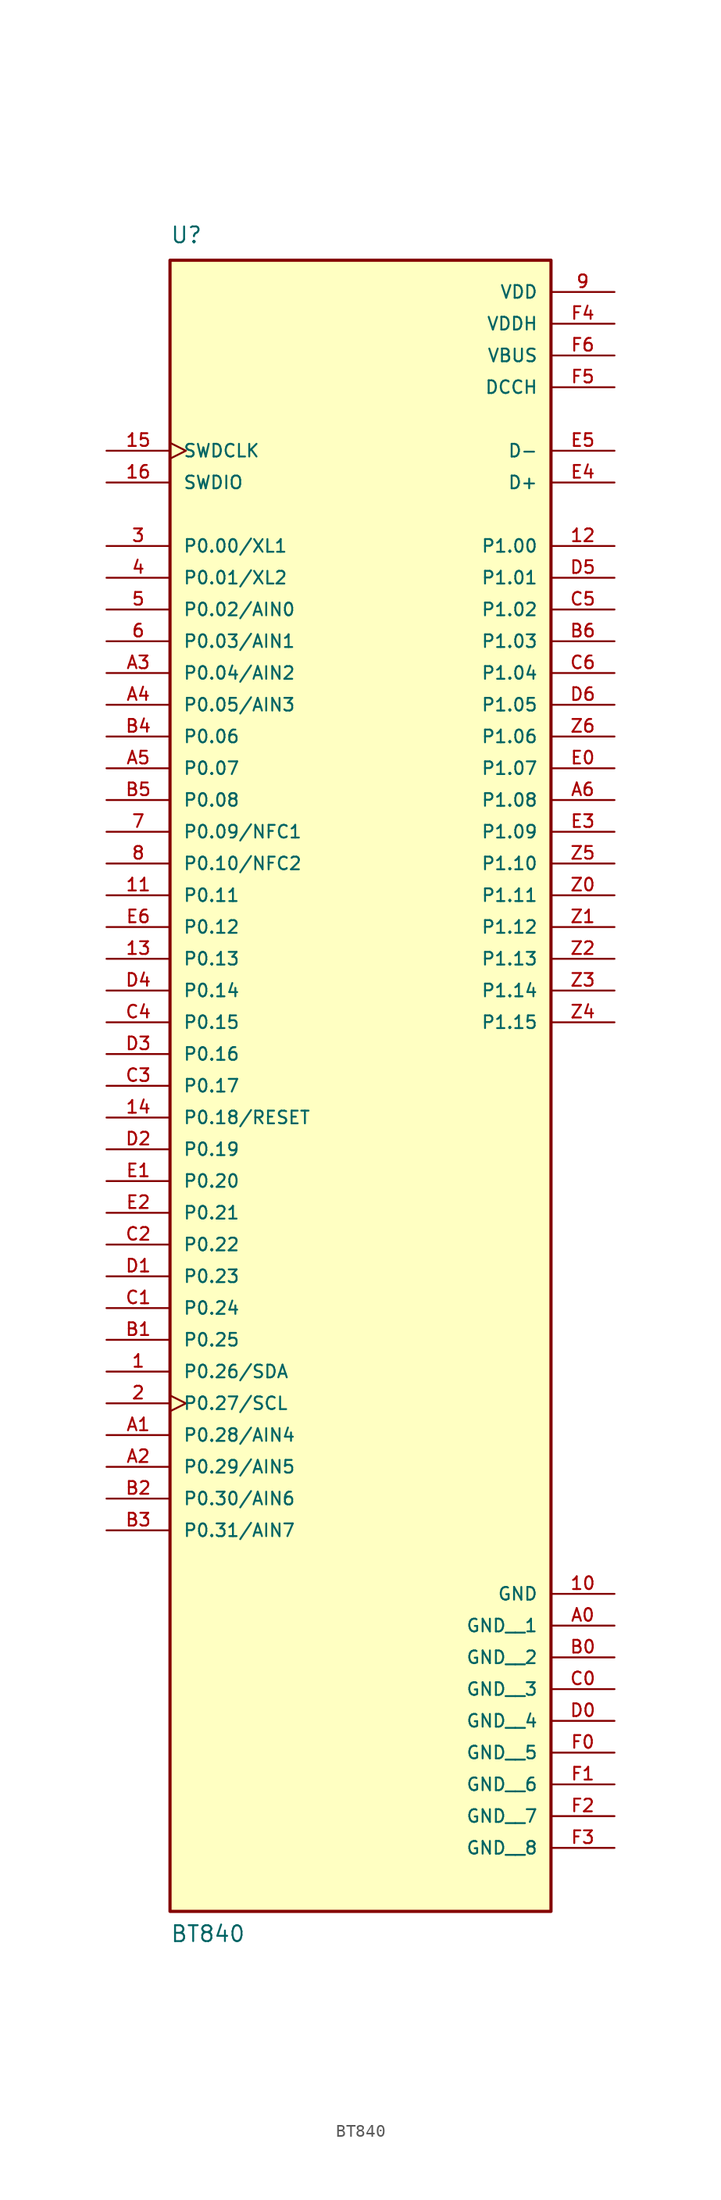
<source format=kicad_sym>
(kicad_symbol_lib
  (version 20211014)
  (generator kicad_symbol_editor)
  (symbol "BT840"
    (pin_names
      (offset 1.016))
    (property "Reference" "U"
      (at -15.24 57.15 0)
      (effects (font (size 1.27 1.27)) (justify bottom left)))
    (property "Value" "BT840"
      (at -15.24 -78.74 0)
      (effects (font (size 1.27 1.27)) (justify bottom left)))
    (symbol "BT840_0_0"
      (rectangle (start -15.24 -76.2) (end 15.24 55.88) (stroke (width 0.254)) (fill (type background)))
      (pin bidirectional line (at -20.32 -33.02 0) (length 5.08) (name "P0.26/SDA" (effects (font (size 1.016 1.016)))) (number "1" (effects (font (size 1.016 1.016)))))
      (pin bidirectional clock (at -20.32 -35.56 0) (length 5.08) (name "P0.27/SCL" (effects (font (size 1.016 1.016)))) (number "2" (effects (font (size 1.016 1.016)))))
      (pin bidirectional line (at -20.32 33.02 0) (length 5.08) (name "P0.00/XL1" (effects (font (size 1.016 1.016)))) (number "3" (effects (font (size 1.016 1.016)))))
      (pin bidirectional line (at -20.32 30.48 0) (length 5.08) (name "P0.01/XL2" (effects (font (size 1.016 1.016)))) (number "4" (effects (font (size 1.016 1.016)))))
      (pin bidirectional line (at -20.32 27.94 0) (length 5.08) (name "P0.02/AIN0" (effects (font (size 1.016 1.016)))) (number "5" (effects (font (size 1.016 1.016)))))
      (pin bidirectional line (at -20.32 25.4 0) (length 5.08) (name "P0.03/AIN1" (effects (font (size 1.016 1.016)))) (number "6" (effects (font (size 1.016 1.016)))))
      (pin bidirectional line (at -20.32 10.16 0) (length 5.08) (name "P0.09/NFC1" (effects (font (size 1.016 1.016)))) (number "7" (effects (font (size 1.016 1.016)))))
      (pin bidirectional line (at -20.32 7.62 0) (length 5.08) (name "P0.10/NFC2" (effects (font (size 1.016 1.016)))) (number "8" (effects (font (size 1.016 1.016)))))
      (pin power_in line (at 20.32 53.34 180.0) (length 5.08) (name "VDD" (effects (font (size 1.016 1.016)))) (number "9" (effects (font (size 1.016 1.016)))))
      (pin power_in line (at 20.32 -50.8 180.0) (length 5.08) (name "GND" (effects (font (size 1.016 1.016)))) (number "10" (effects (font (size 1.016 1.016)))))
      (pin bidirectional line (at -20.32 0.0 0) (length 5.08) (name "P0.13" (effects (font (size 1.016 1.016)))) (number "13" (effects (font (size 1.016 1.016)))))
      (pin bidirectional line (at -20.32 -12.7 0) (length 5.08) (name "P0.18/RESET" (effects (font (size 1.016 1.016)))) (number "14" (effects (font (size 1.016 1.016)))))
      (pin input clock (at -20.32 40.64 0) (length 5.08) (name "SWDCLK" (effects (font (size 1.016 1.016)))) (number "15" (effects (font (size 1.016 1.016)))))
      (pin bidirectional line (at -20.32 38.1 0) (length 5.08) (name "SWDIO" (effects (font (size 1.016 1.016)))) (number "16" (effects (font (size 1.016 1.016)))))
      (pin bidirectional line (at -20.32 -38.1 0) (length 5.08) (name "P0.28/AIN4" (effects (font (size 1.016 1.016)))) (number "A1" (effects (font (size 1.016 1.016)))))
      (pin bidirectional line (at -20.32 -40.64 0) (length 5.08) (name "P0.29/AIN5" (effects (font (size 1.016 1.016)))) (number "A2" (effects (font (size 1.016 1.016)))))
      (pin bidirectional line (at -20.32 22.86 0) (length 5.08) (name "P0.04/AIN2" (effects (font (size 1.016 1.016)))) (number "A3" (effects (font (size 1.016 1.016)))))
      (pin bidirectional line (at -20.32 20.32 0) (length 5.08) (name "P0.05/AIN3" (effects (font (size 1.016 1.016)))) (number "A4" (effects (font (size 1.016 1.016)))))
      (pin bidirectional line (at -20.32 15.24 0) (length 5.08) (name "P0.07" (effects (font (size 1.016 1.016)))) (number "A5" (effects (font (size 1.016 1.016)))))
      (pin bidirectional line (at -20.32 -30.48 0) (length 5.08) (name "P0.25" (effects (font (size 1.016 1.016)))) (number "B1" (effects (font (size 1.016 1.016)))))
      (pin bidirectional line (at -20.32 -43.18 0) (length 5.08) (name "P0.30/AIN6" (effects (font (size 1.016 1.016)))) (number "B2" (effects (font (size 1.016 1.016)))))
      (pin bidirectional line (at -20.32 -45.72 0) (length 5.08) (name "P0.31/AIN7" (effects (font (size 1.016 1.016)))) (number "B3" (effects (font (size 1.016 1.016)))))
      (pin bidirectional line (at -20.32 12.7 0) (length 5.08) (name "P0.08" (effects (font (size 1.016 1.016)))) (number "B5" (effects (font (size 1.016 1.016)))))
      (pin bidirectional line (at -20.32 -27.94 0) (length 5.08) (name "P0.24" (effects (font (size 1.016 1.016)))) (number "C1" (effects (font (size 1.016 1.016)))))
      (pin bidirectional line (at -20.32 -22.86 0) (length 5.08) (name "P0.22" (effects (font (size 1.016 1.016)))) (number "C2" (effects (font (size 1.016 1.016)))))
      (pin bidirectional line (at -20.32 -5.08 0) (length 5.08) (name "P0.15" (effects (font (size 1.016 1.016)))) (number "C4" (effects (font (size 1.016 1.016)))))
      (pin bidirectional line (at 20.32 27.94 180.0) (length 5.08) (name "P1.02" (effects (font (size 1.016 1.016)))) (number "C5" (effects (font (size 1.016 1.016)))))
      (pin bidirectional line (at -20.32 -25.4 0) (length 5.08) (name "P0.23" (effects (font (size 1.016 1.016)))) (number "D1" (effects (font (size 1.016 1.016)))))
      (pin bidirectional line (at -20.32 -7.62 0) (length 5.08) (name "P0.16" (effects (font (size 1.016 1.016)))) (number "D3" (effects (font (size 1.016 1.016)))))
      (pin bidirectional line (at -20.32 -2.54 0) (length 5.08) (name "P0.14" (effects (font (size 1.016 1.016)))) (number "D4" (effects (font (size 1.016 1.016)))))
      (pin bidirectional line (at 20.32 30.48 180.0) (length 5.08) (name "P1.01" (effects (font (size 1.016 1.016)))) (number "D5" (effects (font (size 1.016 1.016)))))
      (pin bidirectional line (at 20.32 17.78 180.0) (length 5.08) (name "P1.06" (effects (font (size 1.016 1.016)))) (number "Z6" (effects (font (size 1.016 1.016)))))
      (pin bidirectional line (at 20.32 7.62 180.0) (length 5.08) (name "P1.10" (effects (font (size 1.016 1.016)))) (number "Z5" (effects (font (size 1.016 1.016)))))
      (pin bidirectional line (at 20.32 -5.08 180.0) (length 5.08) (name "P1.15" (effects (font (size 1.016 1.016)))) (number "Z4" (effects (font (size 1.016 1.016)))))
      (pin bidirectional line (at 20.32 -2.54 180.0) (length 5.08) (name "P1.14" (effects (font (size 1.016 1.016)))) (number "Z3" (effects (font (size 1.016 1.016)))))
      (pin bidirectional line (at 20.32 0.0 180.0) (length 5.08) (name "P1.13" (effects (font (size 1.016 1.016)))) (number "Z2" (effects (font (size 1.016 1.016)))))
      (pin bidirectional line (at 20.32 2.54 180.0) (length 5.08) (name "P1.12" (effects (font (size 1.016 1.016)))) (number "Z1" (effects (font (size 1.016 1.016)))))
      (pin bidirectional line (at 20.32 5.08 180.0) (length 5.08) (name "P1.11" (effects (font (size 1.016 1.016)))) (number "Z0" (effects (font (size 1.016 1.016)))))
      (pin bidirectional line (at 20.32 12.7 180.0) (length 5.08) (name "P1.08" (effects (font (size 1.016 1.016)))) (number "A6" (effects (font (size 1.016 1.016)))))
      (pin bidirectional line (at 20.32 25.4 180.0) (length 5.08) (name "P1.03" (effects (font (size 1.016 1.016)))) (number "B6" (effects (font (size 1.016 1.016)))))
      (pin bidirectional line (at 20.32 22.86 180.0) (length 5.08) (name "P1.04" (effects (font (size 1.016 1.016)))) (number "C6" (effects (font (size 1.016 1.016)))))
      (pin bidirectional line (at 20.32 20.32 180.0) (length 5.08) (name "P1.05" (effects (font (size 1.016 1.016)))) (number "D6" (effects (font (size 1.016 1.016)))))
      (pin bidirectional line (at 20.32 15.24 180.0) (length 5.08) (name "P1.07" (effects (font (size 1.016 1.016)))) (number "E0" (effects (font (size 1.016 1.016)))))
      (pin bidirectional line (at -20.32 -17.78 0) (length 5.08) (name "P0.20" (effects (font (size 1.016 1.016)))) (number "E1" (effects (font (size 1.016 1.016)))))
      (pin bidirectional line (at -20.32 -20.32 0) (length 5.08) (name "P0.21" (effects (font (size 1.016 1.016)))) (number "E2" (effects (font (size 1.016 1.016)))))
      (pin bidirectional line (at 20.32 10.16 180.0) (length 5.08) (name "P1.09" (effects (font (size 1.016 1.016)))) (number "E3" (effects (font (size 1.016 1.016)))))
      (pin bidirectional line (at 20.32 38.1 180.0) (length 5.08) (name "D+" (effects (font (size 1.016 1.016)))) (number "E4" (effects (font (size 1.016 1.016)))))
      (pin bidirectional line (at 20.32 40.64 180.0) (length 5.08) (name "D-" (effects (font (size 1.016 1.016)))) (number "E5" (effects (font (size 1.016 1.016)))))
      (pin bidirectional line (at -20.32 2.54 0) (length 5.08) (name "P0.12" (effects (font (size 1.016 1.016)))) (number "E6" (effects (font (size 1.016 1.016)))))
      (pin power_in line (at 20.32 50.8 180.0) (length 5.08) (name "VDDH" (effects (font (size 1.016 1.016)))) (number "F4" (effects (font (size 1.016 1.016)))))
      (pin power_in line (at 20.32 45.72 180.0) (length 5.08) (name "DCCH" (effects (font (size 1.016 1.016)))) (number "F5" (effects (font (size 1.016 1.016)))))
      (pin power_in line (at 20.32 48.26 180.0) (length 5.08) (name "VBUS" (effects (font (size 1.016 1.016)))) (number "F6" (effects (font (size 1.016 1.016)))))
      (pin bidirectional line (at -20.32 5.08 0) (length 5.08) (name "P0.11" (effects (font (size 1.016 1.016)))) (number "11" (effects (font (size 1.016 1.016)))))
      (pin bidirectional line (at 20.32 33.02 180.0) (length 5.08) (name "P1.00" (effects (font (size 1.016 1.016)))) (number "12" (effects (font (size 1.016 1.016)))))
      (pin bidirectional line (at -20.32 17.78 0) (length 5.08) (name "P0.06" (effects (font (size 1.016 1.016)))) (number "B4" (effects (font (size 1.016 1.016)))))
      (pin bidirectional line (at -20.32 -10.16 0) (length 5.08) (name "P0.17" (effects (font (size 1.016 1.016)))) (number "C3" (effects (font (size 1.016 1.016)))))
      (pin bidirectional line (at -20.32 -15.24 0) (length 5.08) (name "P0.19" (effects (font (size 1.016 1.016)))) (number "D2" (effects (font (size 1.016 1.016)))))
      (pin power_in line (at 20.32 -53.34 180.0) (length 5.08) (name "GND__1" (effects (font (size 1.016 1.016)))) (number "A0" (effects (font (size 1.016 1.016)))))
      (pin power_in line (at 20.32 -55.88 180.0) (length 5.08) (name "GND__2" (effects (font (size 1.016 1.016)))) (number "B0" (effects (font (size 1.016 1.016)))))
      (pin power_in line (at 20.32 -58.42 180.0) (length 5.08) (name "GND__3" (effects (font (size 1.016 1.016)))) (number "C0" (effects (font (size 1.016 1.016)))))
      (pin power_in line (at 20.32 -60.96 180.0) (length 5.08) (name "GND__4" (effects (font (size 1.016 1.016)))) (number "D0" (effects (font (size 1.016 1.016)))))
      (pin power_in line (at 20.32 -63.5 180.0) (length 5.08) (name "GND__5" (effects (font (size 1.016 1.016)))) (number "F0" (effects (font (size 1.016 1.016)))))
      (pin power_in line (at 20.32 -66.04 180.0) (length 5.08) (name "GND__6" (effects (font (size 1.016 1.016)))) (number "F1" (effects (font (size 1.016 1.016)))))
      (pin power_in line (at 20.32 -68.58 180.0) (length 5.08) (name "GND__7" (effects (font (size 1.016 1.016)))) (number "F2" (effects (font (size 1.016 1.016)))))
      (pin power_in line (at 20.32 -71.12 180.0) (length 5.08) (name "GND__8" (effects (font (size 1.016 1.016)))) (number "F3" (effects (font (size 1.016 1.016))))))))
</source>
